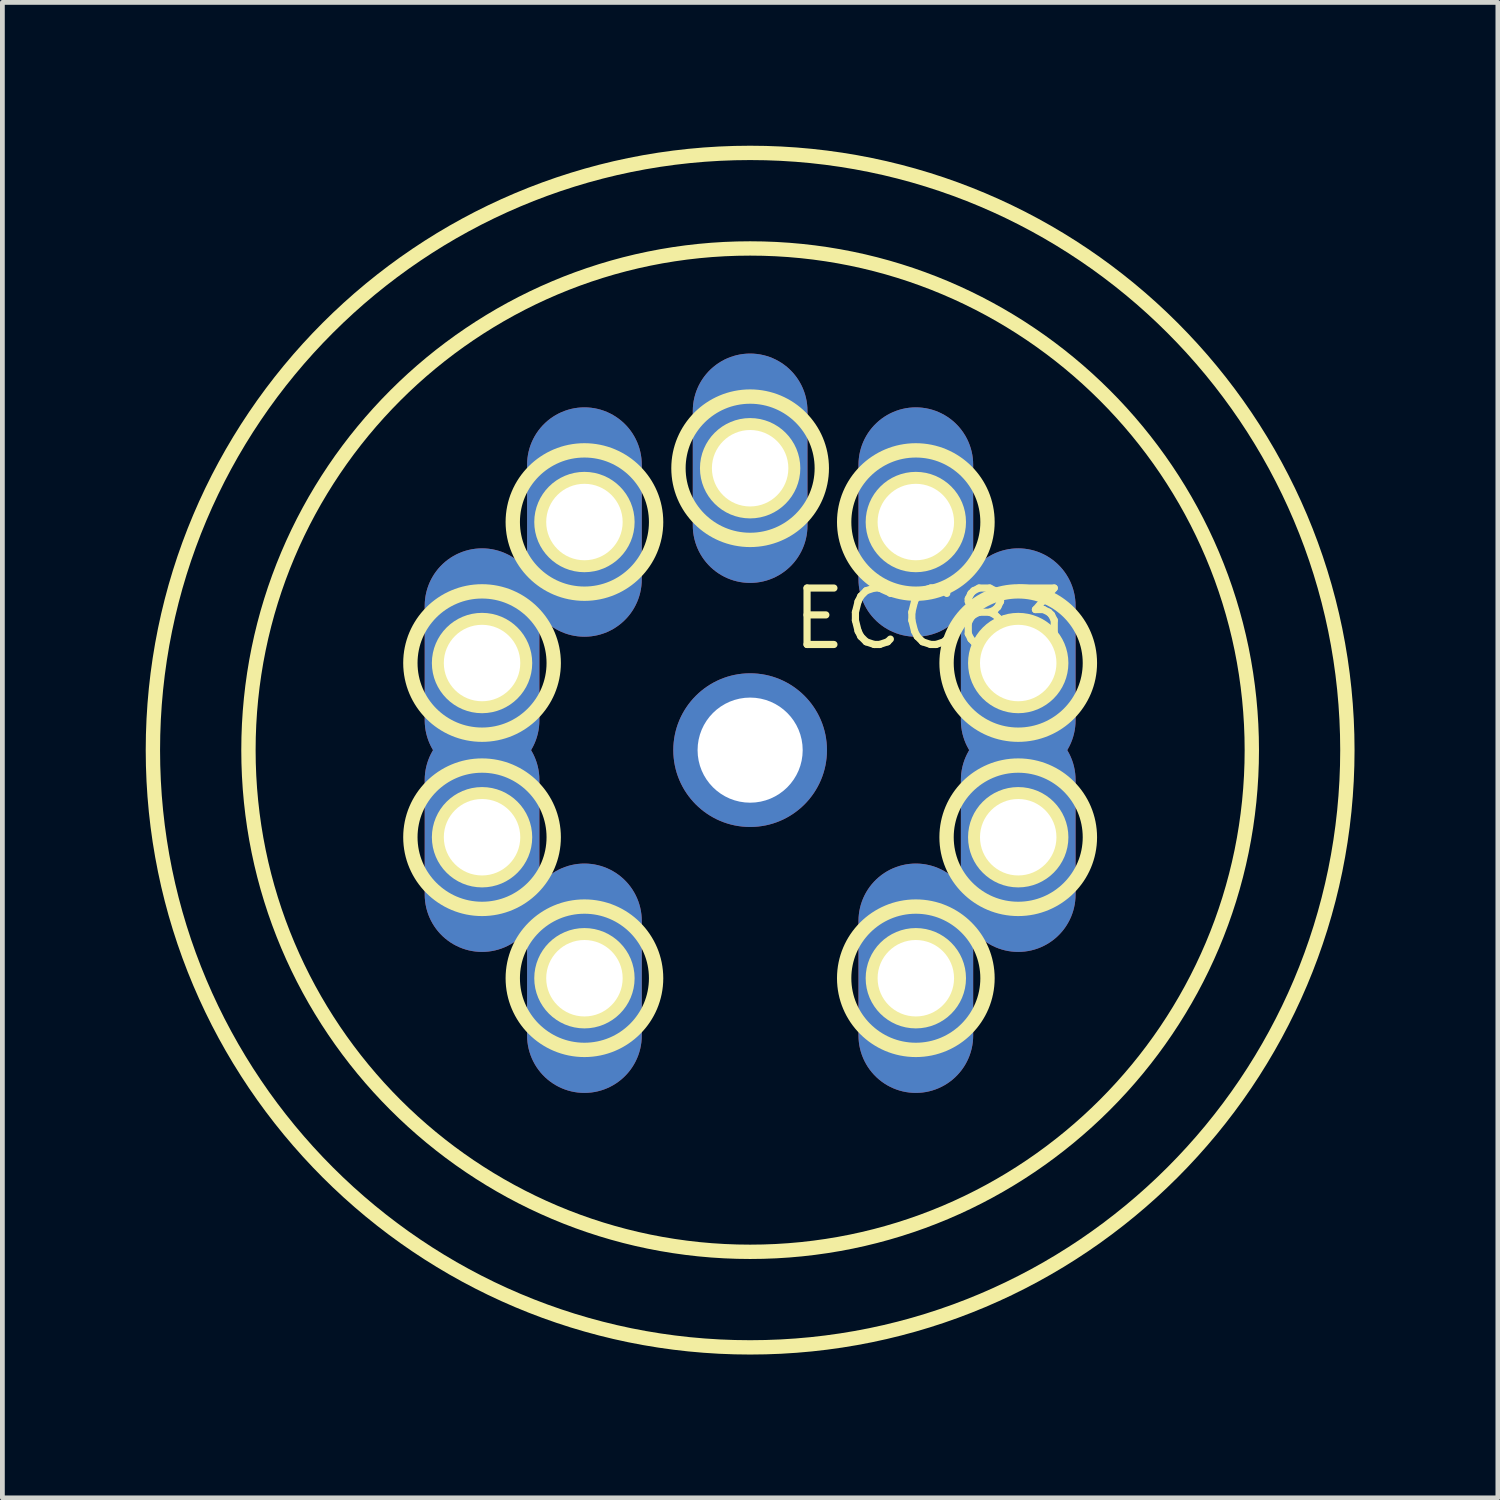
<source format=kicad_pcb>
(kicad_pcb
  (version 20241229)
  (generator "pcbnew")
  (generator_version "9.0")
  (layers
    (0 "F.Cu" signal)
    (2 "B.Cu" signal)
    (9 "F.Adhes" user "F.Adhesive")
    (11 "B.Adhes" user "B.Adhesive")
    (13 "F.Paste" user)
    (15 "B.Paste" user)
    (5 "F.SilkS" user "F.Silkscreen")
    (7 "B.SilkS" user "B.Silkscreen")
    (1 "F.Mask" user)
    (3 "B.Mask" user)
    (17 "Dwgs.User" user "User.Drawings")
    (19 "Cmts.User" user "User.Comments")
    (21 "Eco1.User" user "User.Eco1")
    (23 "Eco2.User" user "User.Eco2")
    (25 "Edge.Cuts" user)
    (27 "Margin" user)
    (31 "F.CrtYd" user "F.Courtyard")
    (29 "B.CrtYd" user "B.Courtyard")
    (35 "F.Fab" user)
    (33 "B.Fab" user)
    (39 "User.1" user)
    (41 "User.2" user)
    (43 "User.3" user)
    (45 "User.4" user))
  (footprint "ECC83"
    (layer "F.Cu")
    (at 12.65 12.65)
    (property "Reference" "ECC83" (at 3.75 -2.75 0) (layer "F.SilkS") (effects (font (size 1.181 1.181) (thickness 0.15))))
    (attr through_hole)
    (fp_circle (center -5.611 -1.823) (end -4.711 -1.823) (stroke (width 0.3) (type solid)) (fill no) (layer "F.SilkS"))
    (fp_circle (center -5.611 -1.823) (end -4.111 -1.823) (stroke (width 0.3) (type solid)) (fill no) (layer "F.SilkS"))
    (fp_circle (center -5.611 1.823) (end -4.711 1.823) (stroke (width 0.3) (type solid)) (fill no) (layer "F.SilkS"))
    (fp_circle (center -5.611 1.823) (end -4.111 1.823) (stroke (width 0.3) (type solid)) (fill no) (layer "F.SilkS"))
    (fp_circle (center -3.468 -4.774) (end -2.568 -4.774) (stroke (width 0.3) (type solid)) (fill no) (layer "F.SilkS"))
    (fp_circle (center -3.468 -4.774) (end -1.968 -4.774) (stroke (width 0.3) (type solid)) (fill no) (layer "F.SilkS"))
    (fp_circle (center -3.468 4.774) (end -2.568 4.774) (stroke (width 0.3) (type solid)) (fill no) (layer "F.SilkS"))
    (fp_circle (center -3.468 4.774) (end -1.968 4.774) (stroke (width 0.3) (type solid)) (fill no) (layer "F.SilkS"))
    (fp_circle (center 0 -5.9) (end 0.9 -5.9) (stroke (width 0.3) (type solid)) (fill no) (layer "F.SilkS"))
    (fp_circle (center 0 -5.9) (end 1.5 -5.9) (stroke (width 0.3) (type solid)) (fill no) (layer "F.SilkS"))
    (fp_circle (center 0 0) (end 10.5 0) (stroke (width 0.3) (type solid)) (fill no) (layer "F.SilkS"))
    (fp_circle (center 0 0) (end 12.5 0) (stroke (width 0.3) (type solid)) (fill no) (layer "F.SilkS"))
    (fp_circle (center 3.468 -4.774) (end 4.368 -4.774) (stroke (width 0.3) (type solid)) (fill no) (layer "F.SilkS"))
    (fp_circle (center 3.468 -4.774) (end 4.968 -4.774) (stroke (width 0.3) (type solid)) (fill no) (layer "F.SilkS"))
    (fp_circle (center 3.468 4.774) (end 4.368 4.774) (stroke (width 0.3) (type solid)) (fill no) (layer "F.SilkS"))
    (fp_circle (center 3.468 4.774) (end 4.968 4.774) (stroke (width 0.3) (type solid)) (fill no) (layer "F.SilkS"))
    (fp_circle (center 5.611 -1.823) (end 6.511 -1.823) (stroke (width 0.3) (type solid)) (fill no) (layer "F.SilkS"))
    (fp_circle (center 5.611 -1.823) (end 7.111 -1.823) (stroke (width 0.3) (type solid)) (fill no) (layer "F.SilkS"))
    (fp_circle (center 5.611 1.823) (end 6.511 1.823) (stroke (width 0.3) (type solid)) (fill no) (layer "F.SilkS"))
    (fp_circle (center 5.611 1.823) (end 7.111 1.823) (stroke (width 0.3) (type solid)) (fill no) (layer "F.SilkS"))
    (fp_line (start -1 0) (end 1 0) (stroke (width 0.1) (type solid)) (layer "Dwgs.User"))
    (fp_line (start 0 -1) (end 0 1) (stroke (width 0.1) (type solid)) (layer "Dwgs.User"))
    (pad "1" thru_hole oval (at 3.468 4.774) (size 2.4 4.8) (drill 1.6) (layers "*.Cu" "*.Mask"))
    (pad "2" thru_hole oval (at 5.611 1.823) (size 2.4 4.8) (drill 1.6) (layers "*.Cu" "*.Mask"))
    (pad "3" thru_hole oval (at 5.611 -1.823) (size 2.4 4.8) (drill 1.6) (layers "*.Cu" "*.Mask"))
    (pad "4" thru_hole oval (at 3.468 -4.774) (size 2.4 4.8) (drill 1.6) (layers "*.Cu" "*.Mask"))
    (pad "5" thru_hole oval (at 0 -5.9) (size 2.4 4.8) (drill 1.6) (layers "*.Cu" "*.Mask"))
    (pad "6" thru_hole oval (at -3.468 -4.774) (size 2.4 4.8) (drill 1.6) (layers "*.Cu" "*.Mask"))
    (pad "7" thru_hole oval (at -5.611 -1.823) (size 2.4 4.8) (drill 1.6) (layers "*.Cu" "*.Mask"))
    (pad "8" thru_hole oval (at -5.611 1.823) (size 2.4 4.8) (drill 1.6) (layers "*.Cu" "*.Mask"))
    (pad "9" thru_hole oval (at -3.468 4.774) (size 2.4 4.8) (drill 1.6) (layers "*.Cu" "*.Mask"))
    (pad "10" thru_hole circle (at 0 0) (size 3.216 3.216) (drill 2.2) (layers "*.Cu" "*.Mask")))
  (gr_rect
    (start -3 -3)
    (end 28.3 28.3)
    (stroke (width 0.1) (type default))
    (fill no)
    (layer "Edge.Cuts")))
</source>
